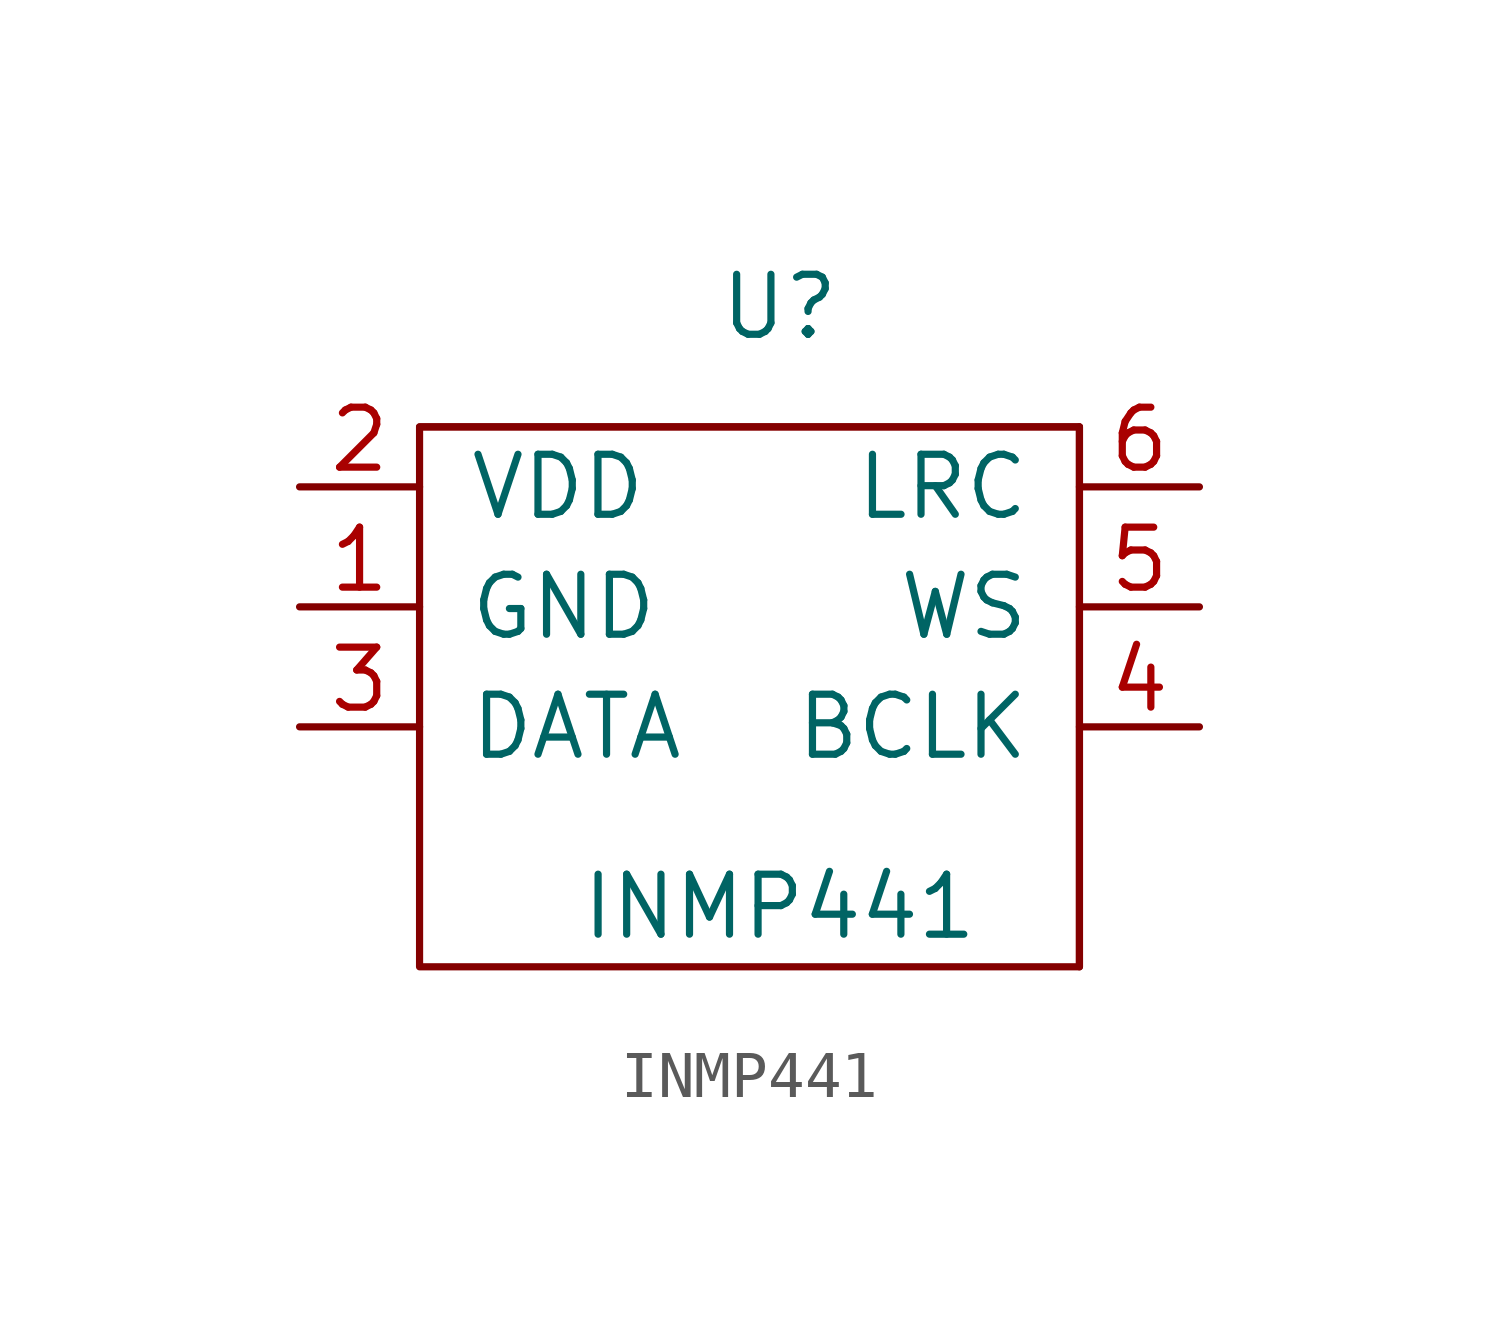
<source format=kicad_sym>
(kicad_symbol_lib
  (version 20211014)
  (generator kicad_symbol_editor)
  (symbol "INMP441"
    (pin_names
      (offset 1.016))
    (property "Reference" "U"
      (at 0 0 0)
      (effects (font (size 1.27 1.27))))
    (property "Value" "INMP441"
      (at 0 -12.7 0)
      (effects (font (size 1.27 1.27))))
    (symbol "INMP441_0_1"
      (rectangle (start -7.62 -2.54) (end 6.35 -2.54) (stroke (width 0) (type default) (color 0 0 0 0)) (fill (type none)))
      (rectangle (start 6.35 -13.97) (end -7.62 -2.54) (stroke (width 0) (type default) (color 0 0 0 0)) (fill (type none)))
      (rectangle (start 6.35 -2.54) (end 6.35 -13.97) (stroke (width 0) (type default) (color 0 0 0 0)) (fill (type none))))
    (symbol "INMP441_1_1"
      (pin power_out line (at -10.16 -6.35 0) (length 2.54) (name "GND" (effects (font (size 1.27 1.27)))) (number "1" (effects (font (size 1.27 1.27)))))
      (pin power_in line (at -10.16 -3.81 0) (length 2.54) (name "VDD" (effects (font (size 1.27 1.27)))) (number "2" (effects (font (size 1.27 1.27)))))
      (pin output line (at -10.16 -8.89 0) (length 2.54) (name "DATA" (effects (font (size 1.27 1.27)))) (number "3" (effects (font (size 1.27 1.27)))))
      (pin input line (at 8.89 -8.89 180) (length 2.54) (name "BCLK" (effects (font (size 1.27 1.27)))) (number "4" (effects (font (size 1.27 1.27)))))
      (pin input line (at 8.89 -6.35 180) (length 2.54) (name "WS" (effects (font (size 1.27 1.27)))) (number "5" (effects (font (size 1.27 1.27)))))
      (pin input line (at 8.89 -3.81 180) (length 2.54) (name "LRC" (effects (font (size 1.27 1.27)))) (number "6" (effects (font (size 1.27 1.27))))))))
</source>
